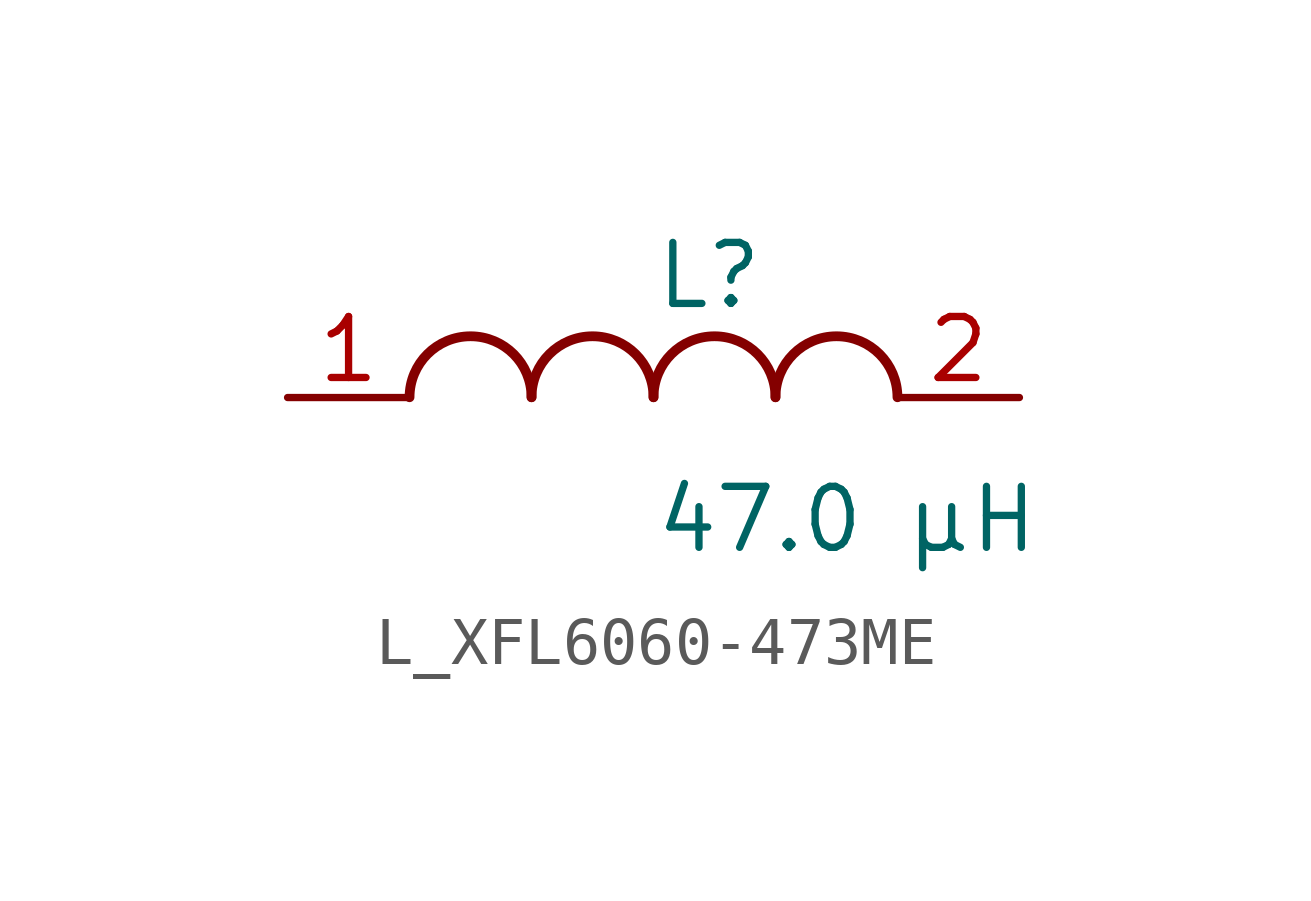
<source format=kicad_sym>
(kicad_symbol_lib
  (version 20231120)
  (generator kicad_symbol_editor)
  (generator_version 8.0)
  (symbol "L_XFL6060-473ME"
    (pin_names
      (offset 0.254))
    (property "Reference" "L"
      (at 0 2.54 0)
      (effects (font (size 1.27 1.27)) (justify left)))
    (property "Value" "47.0 µH"
      (at 0 -2.54 0)
      (effects (font (size 1.27 1.27)) (justify left)))
    (symbol "L_XFL6060-473ME_1_1"
      (arc (start -2.54 0.0056) (mid -3.81 1.27) (end -5.08 0.0056) (stroke (width 0.2032) (type default)) (fill (type none)))
      (arc (start 0 0.0056) (mid -1.27 1.27) (end -2.54 0.0056) (stroke (width 0.2032) (type default)) (fill (type none)))
      (arc (start 2.54 0.0056) (mid 1.27 1.27) (end 0 0.0056) (stroke (width 0.2032) (type default)) (fill (type none)))
      (arc (start 5.08 0.0056) (mid 3.81 1.27) (end 2.54 0.0056) (stroke (width 0.2032) (type default)) (fill (type none)))
      (pin unspecified line (at -7.62 0 0) (length 2.54) (name "" (effects (font (size 1.27 1.27)))) (number "1" (effects (font (size 1.27 1.27)))))
      (pin unspecified line (at 7.62 0 180) (length 2.54) (name "" (effects (font (size 1.27 1.27)))) (number "2" (effects (font (size 1.27 1.27))))))))
</source>
